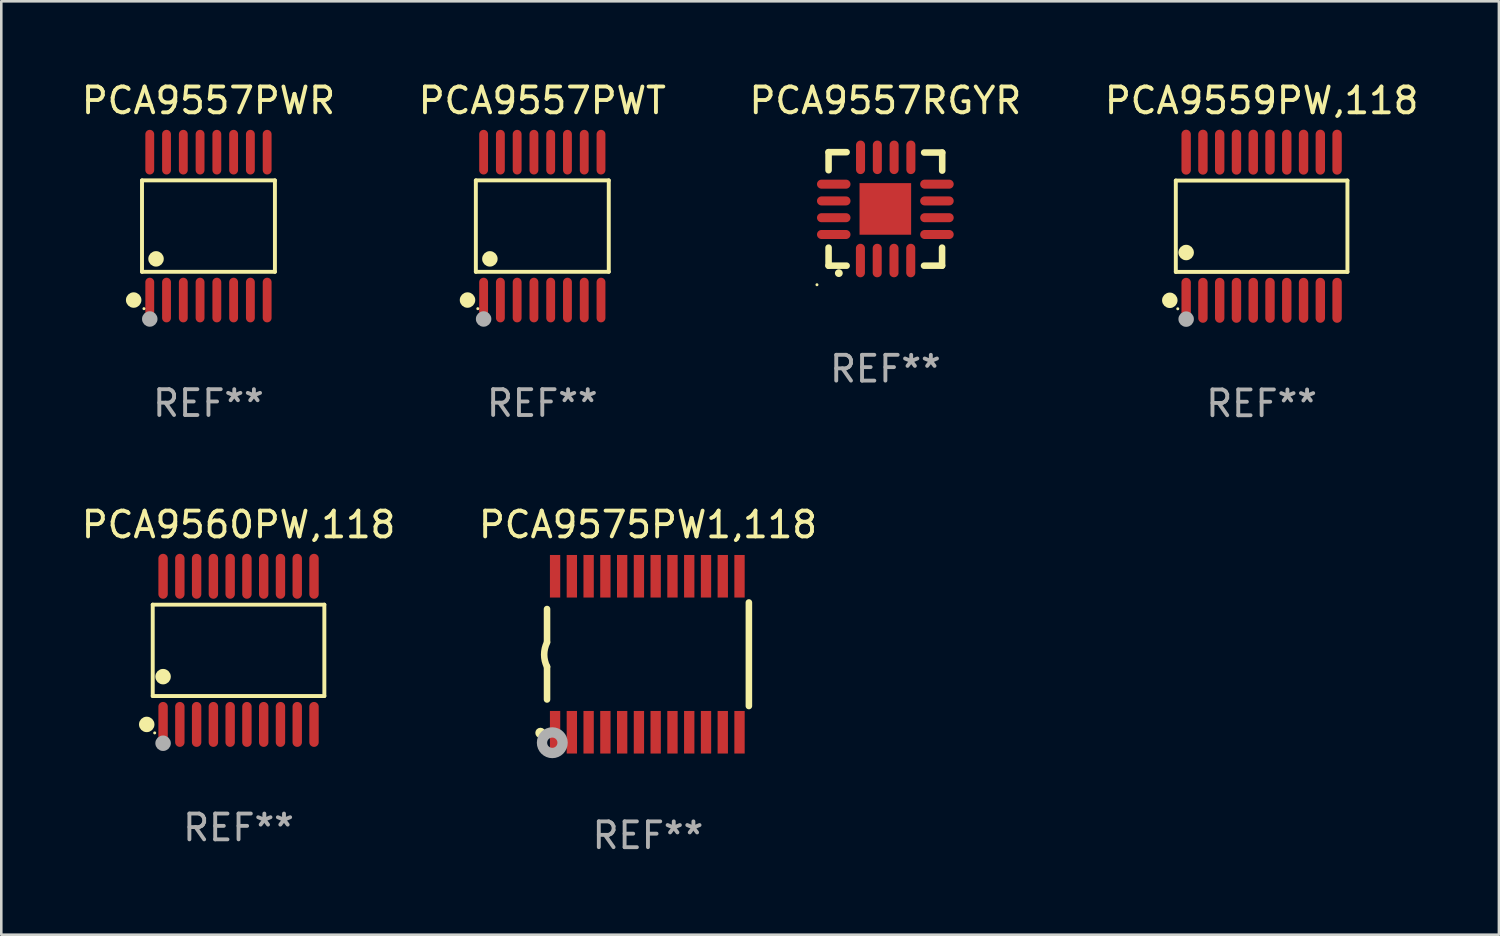
<source format=kicad_pcb>
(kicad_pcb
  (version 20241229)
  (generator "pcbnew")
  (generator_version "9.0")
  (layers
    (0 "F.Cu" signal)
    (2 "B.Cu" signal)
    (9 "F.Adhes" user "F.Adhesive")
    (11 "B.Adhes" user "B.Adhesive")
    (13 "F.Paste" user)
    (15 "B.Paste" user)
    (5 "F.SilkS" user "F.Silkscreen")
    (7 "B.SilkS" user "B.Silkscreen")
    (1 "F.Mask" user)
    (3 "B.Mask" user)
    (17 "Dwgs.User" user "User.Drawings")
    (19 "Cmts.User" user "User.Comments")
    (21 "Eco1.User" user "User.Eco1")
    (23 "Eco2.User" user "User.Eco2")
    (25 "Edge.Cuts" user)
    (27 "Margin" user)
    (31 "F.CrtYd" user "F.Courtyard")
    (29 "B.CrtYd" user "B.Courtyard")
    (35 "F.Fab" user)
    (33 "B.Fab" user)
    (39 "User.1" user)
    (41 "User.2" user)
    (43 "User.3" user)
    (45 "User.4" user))
  (footprint "PCA9575PW1,118"
    (layer "F.Cu")
    (at 22.065 22.309)
    (property "Reference" "PCA9575PW1,118" (at 0 -5.023 0) (layer "F.SilkS") (effects (font (size 1 1) (thickness 0.15))))
    (attr through_hole)
    (fp_line (start -3.912 -0.483) (end -3.912 -1.753) (stroke (width 0.254) (type solid)) (layer "F.SilkS"))
    (fp_line (start -3.912 1.753) (end -3.912 0.483) (stroke (width 0.254) (type solid)) (layer "F.SilkS"))
    (fp_line (start 3.912 -2.007) (end 3.912 2.007) (stroke (width 0.254) (type solid)) (layer "F.SilkS"))
    (fp_arc (start -3.911608 0.482601) (mid -4.022537 0.0127) (end -3.911608 -0.457201) (stroke (width 0.254001) (type solid)) (layer "F.SilkS"))
    (fp_circle (center -4.166 3.048) (end -4.066 3.048) (stroke (width 0.2) (type solid)) (fill no) (layer "F.SilkS"))
    (fp_circle (center -3.925 3.186) (end -3.895 3.186) (stroke (width 0.06) (type solid)) (fill no) (layer "F.SilkS"))
    (fp_circle (center -3.708 3.429) (end -3.509 3.429) (stroke (width 0.4) (type solid)) (fill no) (layer "F.Fab"))
    (fp_text user "REF**" (at 0 7.023 0) (layer "F.Fab") (effects (font (size 1 1) (thickness 0.15))))
    (pad "1" smd rect (at -3.6 3.023) (size 0.4 1.65) (layers "F.Cu" "F.Mask" "F.Paste"))
    (pad "2" smd rect (at -2.95 3.023) (size 0.4 1.65) (layers "F.Cu" "F.Mask" "F.Paste"))
    (pad "3" smd rect (at -2.3 3.023) (size 0.4 1.65) (layers "F.Cu" "F.Mask" "F.Paste"))
    (pad "4" smd rect (at -1.65 3.023) (size 0.4 1.65) (layers "F.Cu" "F.Mask" "F.Paste"))
    (pad "5" smd rect (at -1 3.023) (size 0.4 1.65) (layers "F.Cu" "F.Mask" "F.Paste"))
    (pad "6" smd rect (at -0.35 3.023) (size 0.4 1.65) (layers "F.Cu" "F.Mask" "F.Paste"))
    (pad "7" smd rect (at 0.299 3.023) (size 0.4 1.65) (layers "F.Cu" "F.Mask" "F.Paste"))
    (pad "8" smd rect (at 0.95 3.023) (size 0.4 1.65) (layers "F.Cu" "F.Mask" "F.Paste"))
    (pad "9" smd rect (at 1.6 3.023) (size 0.4 1.65) (layers "F.Cu" "F.Mask" "F.Paste"))
    (pad "10" smd rect (at 2.25 3.023) (size 0.4 1.65) (layers "F.Cu" "F.Mask" "F.Paste"))
    (pad "11" smd rect (at 2.9 3.023) (size 0.4 1.65) (layers "F.Cu" "F.Mask" "F.Paste"))
    (pad "12" smd rect (at 3.549 3.023) (size 0.4 1.65) (layers "F.Cu" "F.Mask" "F.Paste"))
    (pad "13" smd rect (at 3.549 -3.023) (size 0.4 1.65) (layers "F.Cu" "F.Mask" "F.Paste"))
    (pad "14" smd rect (at 2.9 -3.023) (size 0.4 1.65) (layers "F.Cu" "F.Mask" "F.Paste"))
    (pad "15" smd rect (at 2.25 -3.023) (size 0.4 1.65) (layers "F.Cu" "F.Mask" "F.Paste"))
    (pad "16" smd rect (at 1.6 -3.023) (size 0.4 1.65) (layers "F.Cu" "F.Mask" "F.Paste"))
    (pad "17" smd rect (at 0.95 -3.023) (size 0.4 1.65) (layers "F.Cu" "F.Mask" "F.Paste"))
    (pad "18" smd rect (at 0.299 -3.023) (size 0.4 1.65) (layers "F.Cu" "F.Mask" "F.Paste"))
    (pad "19" smd rect (at -0.35 -3.023) (size 0.4 1.65) (layers "F.Cu" "F.Mask" "F.Paste"))
    (pad "20" smd rect (at -1 -3.023) (size 0.4 1.65) (layers "F.Cu" "F.Mask" "F.Paste"))
    (pad "21" smd rect (at -1.65 -3.023) (size 0.4 1.65) (layers "F.Cu" "F.Mask" "F.Paste"))
    (pad "22" smd rect (at -2.3 -3.023) (size 0.4 1.65) (layers "F.Cu" "F.Mask" "F.Paste"))
    (pad "23" smd rect (at -2.95 -3.023) (size 0.4 1.65) (layers "F.Cu" "F.Mask" "F.Paste"))
    (pad "24" smd rect (at -3.6 -3.023) (size 0.4 1.65) (layers "F.Cu" "F.Mask" "F.Paste")))
  (footprint "PCA9559PW,118"
    (layer "F.Cu")
    (at 45.851 5.719)
    (property "Reference" "PCA9559PW,118" (at 0 -4.871 0) (layer "F.SilkS") (effects (font (size 1 1) (thickness 0.15))))
    (attr through_hole)
    (fp_line (start -3.326 -1.771) (end 3.326 -1.771) (stroke (width 0.152) (type solid)) (layer "F.SilkS"))
    (fp_line (start -3.326 1.771) (end -3.326 -1.771) (stroke (width 0.152) (type solid)) (layer "F.SilkS"))
    (fp_line (start 3.326 -1.771) (end 3.326 1.771) (stroke (width 0.152) (type solid)) (layer "F.SilkS"))
    (fp_line (start 3.326 1.771) (end -3.326 1.771) (stroke (width 0.152) (type solid)) (layer "F.SilkS"))
    (fp_circle (center -3.559 2.871) (end -3.409 2.871) (stroke (width 0.3) (type solid)) (fill no) (layer "F.SilkS"))
    (fp_circle (center -3.25 3.2) (end -3.22 3.2) (stroke (width 0.06) (type solid)) (fill no) (layer "F.SilkS"))
    (fp_circle (center -2.925 1.019) (end -2.775 1.019) (stroke (width 0.3) (type solid)) (fill no) (layer "F.SilkS"))
    (fp_circle (center -2.925 3.6) (end -2.775 3.6) (stroke (width 0.3) (type solid)) (fill no) (layer "F.Fab"))
    (fp_text user "REF**" (at 0 6.871 0) (layer "F.Fab") (effects (font (size 1 1) (thickness 0.15))))
    (pad "1" smd oval (at -2.925 2.871) (size 0.364 1.742) (layers "F.Cu" "F.Mask" "F.Paste"))
    (pad "2" smd oval (at -2.275 2.871) (size 0.364 1.742) (layers "F.Cu" "F.Mask" "F.Paste"))
    (pad "3" smd oval (at -1.625 2.871) (size 0.364 1.742) (layers "F.Cu" "F.Mask" "F.Paste"))
    (pad "4" smd oval (at -0.975 2.871) (size 0.364 1.742) (layers "F.Cu" "F.Mask" "F.Paste"))
    (pad "5" smd oval (at -0.325 2.871) (size 0.364 1.742) (layers "F.Cu" "F.Mask" "F.Paste"))
    (pad "6" smd oval (at 0.325 2.871) (size 0.364 1.742) (layers "F.Cu" "F.Mask" "F.Paste"))
    (pad "7" smd oval (at 0.975 2.871) (size 0.364 1.742) (layers "F.Cu" "F.Mask" "F.Paste"))
    (pad "8" smd oval (at 1.625 2.871) (size 0.364 1.742) (layers "F.Cu" "F.Mask" "F.Paste"))
    (pad "9" smd oval (at 2.275 2.871) (size 0.364 1.742) (layers "F.Cu" "F.Mask" "F.Paste"))
    (pad "10" smd oval (at 2.925 2.871) (size 0.364 1.742) (layers "F.Cu" "F.Mask" "F.Paste"))
    (pad "11" smd oval (at 2.925 -2.871) (size 0.364 1.742) (layers "F.Cu" "F.Mask" "F.Paste"))
    (pad "12" smd oval (at 2.275 -2.871) (size 0.364 1.742) (layers "F.Cu" "F.Mask" "F.Paste"))
    (pad "13" smd oval (at 1.625 -2.871) (size 0.364 1.742) (layers "F.Cu" "F.Mask" "F.Paste"))
    (pad "14" smd oval (at 0.975 -2.871) (size 0.364 1.742) (layers "F.Cu" "F.Mask" "F.Paste"))
    (pad "15" smd oval (at 0.325 -2.871) (size 0.364 1.742) (layers "F.Cu" "F.Mask" "F.Paste"))
    (pad "16" smd oval (at -0.325 -2.871) (size 0.364 1.742) (layers "F.Cu" "F.Mask" "F.Paste"))
    (pad "17" smd oval (at -0.975 -2.871) (size 0.364 1.742) (layers "F.Cu" "F.Mask" "F.Paste"))
    (pad "18" smd oval (at -1.625 -2.871) (size 0.364 1.742) (layers "F.Cu" "F.Mask" "F.Paste"))
    (pad "19" smd oval (at -2.275 -2.871) (size 0.364 1.742) (layers "F.Cu" "F.Mask" "F.Paste"))
    (pad "20" smd oval (at -2.925 -2.871) (size 0.364 1.742) (layers "F.Cu" "F.Mask" "F.Paste")))
  (footprint "PCA9560PW,118"
    (layer "F.Cu")
    (at 6.196 22.158)
    (property "Reference" "PCA9560PW,118" (at 0 -4.871 0) (layer "F.SilkS") (effects (font (size 1 1) (thickness 0.15))))
    (attr through_hole)
    (fp_line (start -3.326 -1.771) (end 3.326 -1.771) (stroke (width 0.152) (type solid)) (layer "F.SilkS"))
    (fp_line (start -3.326 1.771) (end -3.326 -1.771) (stroke (width 0.152) (type solid)) (layer "F.SilkS"))
    (fp_line (start 3.326 -1.771) (end 3.326 1.771) (stroke (width 0.152) (type solid)) (layer "F.SilkS"))
    (fp_line (start 3.326 1.771) (end -3.326 1.771) (stroke (width 0.152) (type solid)) (layer "F.SilkS"))
    (fp_circle (center -3.559 2.871) (end -3.409 2.871) (stroke (width 0.3) (type solid)) (fill no) (layer "F.SilkS"))
    (fp_circle (center -3.25 3.2) (end -3.22 3.2) (stroke (width 0.06) (type solid)) (fill no) (layer "F.SilkS"))
    (fp_circle (center -2.925 1.019) (end -2.775 1.019) (stroke (width 0.3) (type solid)) (fill no) (layer "F.SilkS"))
    (fp_circle (center -2.925 3.6) (end -2.775 3.6) (stroke (width 0.3) (type solid)) (fill no) (layer "F.Fab"))
    (fp_text user "REF**" (at 0 6.871 0) (layer "F.Fab") (effects (font (size 1 1) (thickness 0.15))))
    (pad "1" smd oval (at -2.925 2.871) (size 0.364 1.742) (layers "F.Cu" "F.Mask" "F.Paste"))
    (pad "2" smd oval (at -2.275 2.871) (size 0.364 1.742) (layers "F.Cu" "F.Mask" "F.Paste"))
    (pad "3" smd oval (at -1.625 2.871) (size 0.364 1.742) (layers "F.Cu" "F.Mask" "F.Paste"))
    (pad "4" smd oval (at -0.975 2.871) (size 0.364 1.742) (layers "F.Cu" "F.Mask" "F.Paste"))
    (pad "5" smd oval (at -0.325 2.871) (size 0.364 1.742) (layers "F.Cu" "F.Mask" "F.Paste"))
    (pad "6" smd oval (at 0.325 2.871) (size 0.364 1.742) (layers "F.Cu" "F.Mask" "F.Paste"))
    (pad "7" smd oval (at 0.975 2.871) (size 0.364 1.742) (layers "F.Cu" "F.Mask" "F.Paste"))
    (pad "8" smd oval (at 1.625 2.871) (size 0.364 1.742) (layers "F.Cu" "F.Mask" "F.Paste"))
    (pad "9" smd oval (at 2.275 2.871) (size 0.364 1.742) (layers "F.Cu" "F.Mask" "F.Paste"))
    (pad "10" smd oval (at 2.925 2.871) (size 0.364 1.742) (layers "F.Cu" "F.Mask" "F.Paste"))
    (pad "11" smd oval (at 2.925 -2.871) (size 0.364 1.742) (layers "F.Cu" "F.Mask" "F.Paste"))
    (pad "12" smd oval (at 2.275 -2.871) (size 0.364 1.742) (layers "F.Cu" "F.Mask" "F.Paste"))
    (pad "13" smd oval (at 1.625 -2.871) (size 0.364 1.742) (layers "F.Cu" "F.Mask" "F.Paste"))
    (pad "14" smd oval (at 0.975 -2.871) (size 0.364 1.742) (layers "F.Cu" "F.Mask" "F.Paste"))
    (pad "15" smd oval (at 0.325 -2.871) (size 0.364 1.742) (layers "F.Cu" "F.Mask" "F.Paste"))
    (pad "16" smd oval (at -0.325 -2.871) (size 0.364 1.742) (layers "F.Cu" "F.Mask" "F.Paste"))
    (pad "17" smd oval (at -0.975 -2.871) (size 0.364 1.742) (layers "F.Cu" "F.Mask" "F.Paste"))
    (pad "18" smd oval (at -1.625 -2.871) (size 0.364 1.742) (layers "F.Cu" "F.Mask" "F.Paste"))
    (pad "19" smd oval (at -2.275 -2.871) (size 0.364 1.742) (layers "F.Cu" "F.Mask" "F.Paste"))
    (pad "20" smd oval (at -2.925 -2.871) (size 0.364 1.742) (layers "F.Cu" "F.Mask" "F.Paste")))
  (footprint "PCA9557PWT"
    (layer "F.Cu")
    (at 17.97 5.714)
    (property "Reference" "PCA9557PWT" (at 0 -4.866 0) (layer "F.SilkS") (effects (font (size 1 1) (thickness 0.15))))
    (attr through_hole)
    (fp_line (start -2.576 -1.772) (end 2.576 -1.772) (stroke (width 0.152) (type solid)) (layer "F.SilkS"))
    (fp_line (start -2.576 1.771) (end -2.576 -1.772) (stroke (width 0.152) (type solid)) (layer "F.SilkS"))
    (fp_line (start 2.576 -1.772) (end 2.576 1.771) (stroke (width 0.152) (type solid)) (layer "F.SilkS"))
    (fp_line (start 2.576 1.771) (end -2.576 1.771) (stroke (width 0.152) (type solid)) (layer "F.SilkS"))
    (fp_circle (center -2.899 2.866) (end -2.749 2.866) (stroke (width 0.3) (type solid)) (fill no) (layer "F.SilkS"))
    (fp_circle (center -2.5 3.2) (end -2.47 3.2) (stroke (width 0.06) (type solid)) (fill no) (layer "F.SilkS"))
    (fp_circle (center -2.032 1.27) (end -1.882 1.27) (stroke (width 0.3) (type solid)) (fill no) (layer "F.SilkS"))
    (fp_circle (center -2.275 3.6) (end -2.125 3.6) (stroke (width 0.3) (type solid)) (fill no) (layer "F.Fab"))
    (fp_text user "REF**" (at 0 6.866 0) (layer "F.Fab") (effects (font (size 1 1) (thickness 0.15))))
    (pad "1" smd oval (at -2.275 2.866) (size 0.343 1.731) (layers "F.Cu" "F.Mask" "F.Paste"))
    (pad "2" smd oval (at -1.625 2.866) (size 0.343 1.731) (layers "F.Cu" "F.Mask" "F.Paste"))
    (pad "3" smd oval (at -0.975 2.866) (size 0.343 1.731) (layers "F.Cu" "F.Mask" "F.Paste"))
    (pad "4" smd oval (at -0.325 2.866) (size 0.343 1.731) (layers "F.Cu" "F.Mask" "F.Paste"))
    (pad "5" smd oval (at 0.325 2.866) (size 0.343 1.731) (layers "F.Cu" "F.Mask" "F.Paste"))
    (pad "6" smd oval (at 0.975 2.866) (size 0.343 1.731) (layers "F.Cu" "F.Mask" "F.Paste"))
    (pad "7" smd oval (at 1.625 2.866) (size 0.343 1.731) (layers "F.Cu" "F.Mask" "F.Paste"))
    (pad "8" smd oval (at 2.275 2.866) (size 0.343 1.731) (layers "F.Cu" "F.Mask" "F.Paste"))
    (pad "9" smd oval (at 2.275 -2.866) (size 0.343 1.731) (layers "F.Cu" "F.Mask" "F.Paste"))
    (pad "10" smd oval (at 1.625 -2.866) (size 0.343 1.731) (layers "F.Cu" "F.Mask" "F.Paste"))
    (pad "11" smd oval (at 0.975 -2.866) (size 0.343 1.731) (layers "F.Cu" "F.Mask" "F.Paste"))
    (pad "12" smd oval (at 0.325 -2.866) (size 0.343 1.731) (layers "F.Cu" "F.Mask" "F.Paste"))
    (pad "13" smd oval (at -0.325 -2.866) (size 0.343 1.731) (layers "F.Cu" "F.Mask" "F.Paste"))
    (pad "14" smd oval (at -0.975 -2.866) (size 0.343 1.731) (layers "F.Cu" "F.Mask" "F.Paste"))
    (pad "15" smd oval (at -1.625 -2.866) (size 0.343 1.731) (layers "F.Cu" "F.Mask" "F.Paste"))
    (pad "16" smd oval (at -2.275 -2.866) (size 0.343 1.731) (layers "F.Cu" "F.Mask" "F.Paste")))
  (footprint "PCA9557PWR"
    (layer "F.Cu")
    (at 5.03 5.714)
    (property "Reference" "PCA9557PWR" (at 0 -4.866 0) (layer "F.SilkS") (effects (font (size 1 1) (thickness 0.15))))
    (attr through_hole)
    (fp_line (start -2.576 -1.772) (end 2.576 -1.772) (stroke (width 0.152) (type solid)) (layer "F.SilkS"))
    (fp_line (start -2.576 1.771) (end -2.576 -1.772) (stroke (width 0.152) (type solid)) (layer "F.SilkS"))
    (fp_line (start 2.576 -1.772) (end 2.576 1.771) (stroke (width 0.152) (type solid)) (layer "F.SilkS"))
    (fp_line (start 2.576 1.771) (end -2.576 1.771) (stroke (width 0.152) (type solid)) (layer "F.SilkS"))
    (fp_circle (center -2.899 2.866) (end -2.749 2.866) (stroke (width 0.3) (type solid)) (fill no) (layer "F.SilkS"))
    (fp_circle (center -2.5 3.2) (end -2.47 3.2) (stroke (width 0.06) (type solid)) (fill no) (layer "F.SilkS"))
    (fp_circle (center -2.032 1.27) (end -1.882 1.27) (stroke (width 0.3) (type solid)) (fill no) (layer "F.SilkS"))
    (fp_circle (center -2.275 3.6) (end -2.125 3.6) (stroke (width 0.3) (type solid)) (fill no) (layer "F.Fab"))
    (fp_text user "REF**" (at 0 6.866 0) (layer "F.Fab") (effects (font (size 1 1) (thickness 0.15))))
    (pad "1" smd oval (at -2.275 2.866) (size 0.343 1.731) (layers "F.Cu" "F.Mask" "F.Paste"))
    (pad "2" smd oval (at -1.625 2.866) (size 0.343 1.731) (layers "F.Cu" "F.Mask" "F.Paste"))
    (pad "3" smd oval (at -0.975 2.866) (size 0.343 1.731) (layers "F.Cu" "F.Mask" "F.Paste"))
    (pad "4" smd oval (at -0.325 2.866) (size 0.343 1.731) (layers "F.Cu" "F.Mask" "F.Paste"))
    (pad "5" smd oval (at 0.325 2.866) (size 0.343 1.731) (layers "F.Cu" "F.Mask" "F.Paste"))
    (pad "6" smd oval (at 0.975 2.866) (size 0.343 1.731) (layers "F.Cu" "F.Mask" "F.Paste"))
    (pad "7" smd oval (at 1.625 2.866) (size 0.343 1.731) (layers "F.Cu" "F.Mask" "F.Paste"))
    (pad "8" smd oval (at 2.275 2.866) (size 0.343 1.731) (layers "F.Cu" "F.Mask" "F.Paste"))
    (pad "9" smd oval (at 2.275 -2.866) (size 0.343 1.731) (layers "F.Cu" "F.Mask" "F.Paste"))
    (pad "10" smd oval (at 1.625 -2.866) (size 0.343 1.731) (layers "F.Cu" "F.Mask" "F.Paste"))
    (pad "11" smd oval (at 0.975 -2.866) (size 0.343 1.731) (layers "F.Cu" "F.Mask" "F.Paste"))
    (pad "12" smd oval (at 0.325 -2.866) (size 0.343 1.731) (layers "F.Cu" "F.Mask" "F.Paste"))
    (pad "13" smd oval (at -0.325 -2.866) (size 0.343 1.731) (layers "F.Cu" "F.Mask" "F.Paste"))
    (pad "14" smd oval (at -0.975 -2.866) (size 0.343 1.731) (layers "F.Cu" "F.Mask" "F.Paste"))
    (pad "15" smd oval (at -1.625 -2.866) (size 0.343 1.731) (layers "F.Cu" "F.Mask" "F.Paste"))
    (pad "16" smd oval (at -2.275 -2.866) (size 0.343 1.731) (layers "F.Cu" "F.Mask" "F.Paste")))
  (footprint "PCA9557RGYR"
    (layer "F.Cu")
    (at 31.268 5.048)
    (property "Reference" "PCA9557RGYR" (at 0 -4.2 0) (layer "F.SilkS") (effects (font (size 1 1) (thickness 0.15))))
    (attr through_hole)
    (fp_line (start -2.202 -2.2) (end -2.202 -1.5) (stroke (width 0.254) (type solid)) (layer "F.SilkS"))
    (fp_line (start -2.202 2.2) (end -2.202 1.5) (stroke (width 0.254) (type solid)) (layer "F.SilkS"))
    (fp_line (start -1.503 -2.2) (end -2.202 -2.2) (stroke (width 0.254) (type solid)) (layer "F.SilkS"))
    (fp_line (start -1.503 2.2) (end -2.202 2.2) (stroke (width 0.254) (type solid)) (layer "F.SilkS"))
    (fp_line (start 1.498 2.2) (end 2.197 2.2) (stroke (width 0.254) (type solid)) (layer "F.SilkS"))
    (fp_line (start 2.197 2.2) (end 2.197 1.5) (stroke (width 0.254) (type solid)) (layer "F.SilkS"))
    (fp_line (start 2.202 -2.185) (end 1.503 -2.185) (stroke (width 0.254) (type solid)) (layer "F.SilkS"))
    (fp_line (start 2.202 -1.485) (end 2.202 -2.185) (stroke (width 0.254) (type solid)) (layer "F.SilkS"))
    (fp_arc (start -1.805944 2.489205) (mid -1.804674 2.4892) (end -1.803404 2.489205) (stroke (width 0.3) (type solid)) (layer "F.SilkS"))
    (fp_circle (center -2.652 2.939) (end -2.622 2.939) (stroke (width 0.06) (type solid)) (fill no) (layer "F.SilkS"))
    (fp_text user "REF**" (at 0 6.2 0) (layer "F.Fab") (effects (font (size 1 1) (thickness 0.15))))
    (pad "1" smd oval (at -0.968 2) (size 0.35 1.3) (layers "F.Cu" "F.Mask" "F.Paste"))
    (pad "2" smd oval (at -0.317 2) (size 0.35 1.3) (layers "F.Cu" "F.Mask" "F.Paste"))
    (pad "3" smd oval (at 0.333 2) (size 0.35 1.3) (layers "F.Cu" "F.Mask" "F.Paste"))
    (pad "4" smd oval (at 0.983 2) (size 0.35 1.3) (layers "F.Cu" "F.Mask" "F.Paste"))
    (pad "5" smd oval (at 1.998 0.991 90) (size 0.35 1.3) (layers "F.Cu" "F.Mask" "F.Paste"))
    (pad "6" smd oval (at 1.998 0.34 90) (size 0.35 1.3) (layers "F.Cu" "F.Mask" "F.Paste"))
    (pad "7" smd oval (at 1.998 -0.31 90) (size 0.35 1.3) (layers "F.Cu" "F.Mask" "F.Paste"))
    (pad "8" smd oval (at 1.998 -0.96 90) (size 0.35 1.3) (layers "F.Cu" "F.Mask" "F.Paste"))
    (pad "9" smd oval (at 0.988 -2) (size 0.35 1.3) (layers "F.Cu" "F.Mask" "F.Paste"))
    (pad "10" smd oval (at 0.338 -2) (size 0.35 1.3) (layers "F.Cu" "F.Mask" "F.Paste"))
    (pad "11" smd oval (at -0.312 -2) (size 0.35 1.3) (layers "F.Cu" "F.Mask" "F.Paste"))
    (pad "12" smd oval (at -0.963 -2) (size 0.35 1.3) (layers "F.Cu" "F.Mask" "F.Paste"))
    (pad "13" smd oval (at -2.002 -0.96 90) (size 0.35 1.3) (layers "F.Cu" "F.Mask" "F.Paste"))
    (pad "14" smd oval (at -2.002 -0.31 90) (size 0.35 1.3) (layers "F.Cu" "F.Mask" "F.Paste"))
    (pad "15" smd oval (at -2.002 0.34 90) (size 0.35 1.3) (layers "F.Cu" "F.Mask" "F.Paste"))
    (pad "16" smd oval (at -2.002 0.991 90) (size 0.35 1.3) (layers "F.Cu" "F.Mask" "F.Paste"))
    (pad "17" smd rect (at -0.002 0.000127 90) (size 2 2) (layers "F.Cu" "F.Mask" "F.Paste")))
  (gr_rect
    (start -3 -3)
    (end 55.048 33.18)
    (stroke (width 0.1) (type default))
    (fill no)
    (layer "Edge.Cuts")))
</source>
